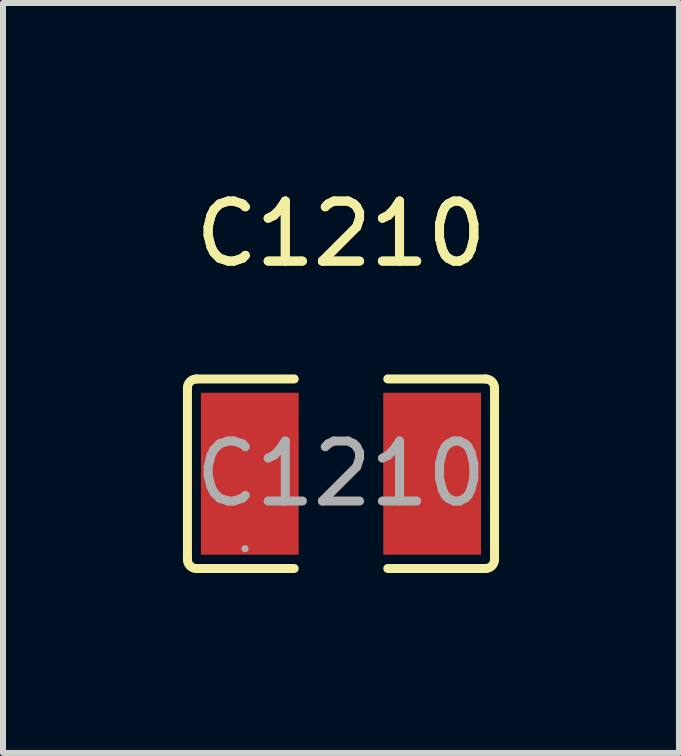
<source format=kicad_pcb>
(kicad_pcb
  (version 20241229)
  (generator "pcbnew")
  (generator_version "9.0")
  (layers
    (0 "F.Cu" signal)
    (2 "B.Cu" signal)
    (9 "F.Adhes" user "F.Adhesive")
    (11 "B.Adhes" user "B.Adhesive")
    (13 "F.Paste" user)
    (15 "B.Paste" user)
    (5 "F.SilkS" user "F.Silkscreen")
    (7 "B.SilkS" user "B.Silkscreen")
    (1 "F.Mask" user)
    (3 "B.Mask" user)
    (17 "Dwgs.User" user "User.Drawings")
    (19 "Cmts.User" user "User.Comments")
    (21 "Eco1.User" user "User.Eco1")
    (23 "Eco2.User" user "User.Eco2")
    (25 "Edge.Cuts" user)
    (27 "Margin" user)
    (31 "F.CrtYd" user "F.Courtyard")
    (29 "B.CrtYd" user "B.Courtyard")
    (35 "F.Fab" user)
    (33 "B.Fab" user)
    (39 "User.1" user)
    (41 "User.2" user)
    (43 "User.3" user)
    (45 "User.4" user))
  (footprint "C1210"
    (layer "F.Cu")
    (at 2.635 4.848)
    (property "Reference" "C1210" (at 0 -4 0) (layer "F.SilkS") (effects (font (size 1 1) (thickness 0.15))))
    (attr smd)
    (fp_line (start -2.56 1.43) (end -2.56 -1.43) (stroke (width 0.15) (type solid)) (layer "F.SilkS"))
    (fp_line (start -2.41 -1.58) (end -0.78 -1.58) (stroke (width 0.15) (type solid)) (layer "F.SilkS"))
    (fp_line (start -0.78 1.58) (end -2.41 1.58) (stroke (width 0.15) (type solid)) (layer "F.SilkS"))
    (fp_line (start 0.78 1.58) (end 2.41 1.58) (stroke (width 0.15) (type solid)) (layer "F.SilkS"))
    (fp_line (start 2.41 -1.58) (end 0.78 -1.58) (stroke (width 0.15) (type solid)) (layer "F.SilkS"))
    (fp_line (start 2.56 1.43) (end 2.56 -1.43) (stroke (width 0.15) (type solid)) (layer "F.SilkS"))
    (fp_arc (start -2.56 -1.43) (mid -2.516066 -1.536066) (end -2.41 -1.58) (stroke (width 0.15) (type solid)) (layer "F.SilkS"))
    (fp_arc (start -2.41 1.58) (mid -2.516066 1.536066) (end -2.56 1.43) (stroke (width 0.15) (type solid)) (layer "F.SilkS"))
    (fp_arc (start 2.41 -1.58) (mid 2.516066 -1.536066) (end 2.56 -1.43) (stroke (width 0.15) (type solid)) (layer "F.SilkS"))
    (fp_arc (start 2.56 1.43) (mid 2.516066 1.536066) (end 2.41 1.58) (stroke (width 0.15) (type solid)) (layer "F.SilkS"))
    (fp_circle (center -1.6 1.25) (end -1.57 1.25) (stroke (width 0.06) (type solid)) (fill no) (layer "F.Fab"))
    (fp_text user "${REFERENCE}" (at 0 -4 0) (layer "F.SilkS") (effects (font (size 1 1) (thickness 0.15))))
    (fp_text user "${REFERENCE}" (at 0 0 0) (layer "F.Fab") (effects (font (size 1 1) (thickness 0.15))))
    (pad "1" smd rect (at -1.52 0) (size 1.63 2.7) (layers "F.Cu" "F.Mask" "F.Paste"))
    (pad "2" smd rect (at 1.52 0) (size 1.63 2.7) (layers "F.Cu" "F.Mask" "F.Paste")))
  (gr_rect
    (start -3 -3)
    (end 8.27 9.503)
    (stroke (width 0.1) (type default))
    (fill no)
    (layer "Edge.Cuts")))
</source>
